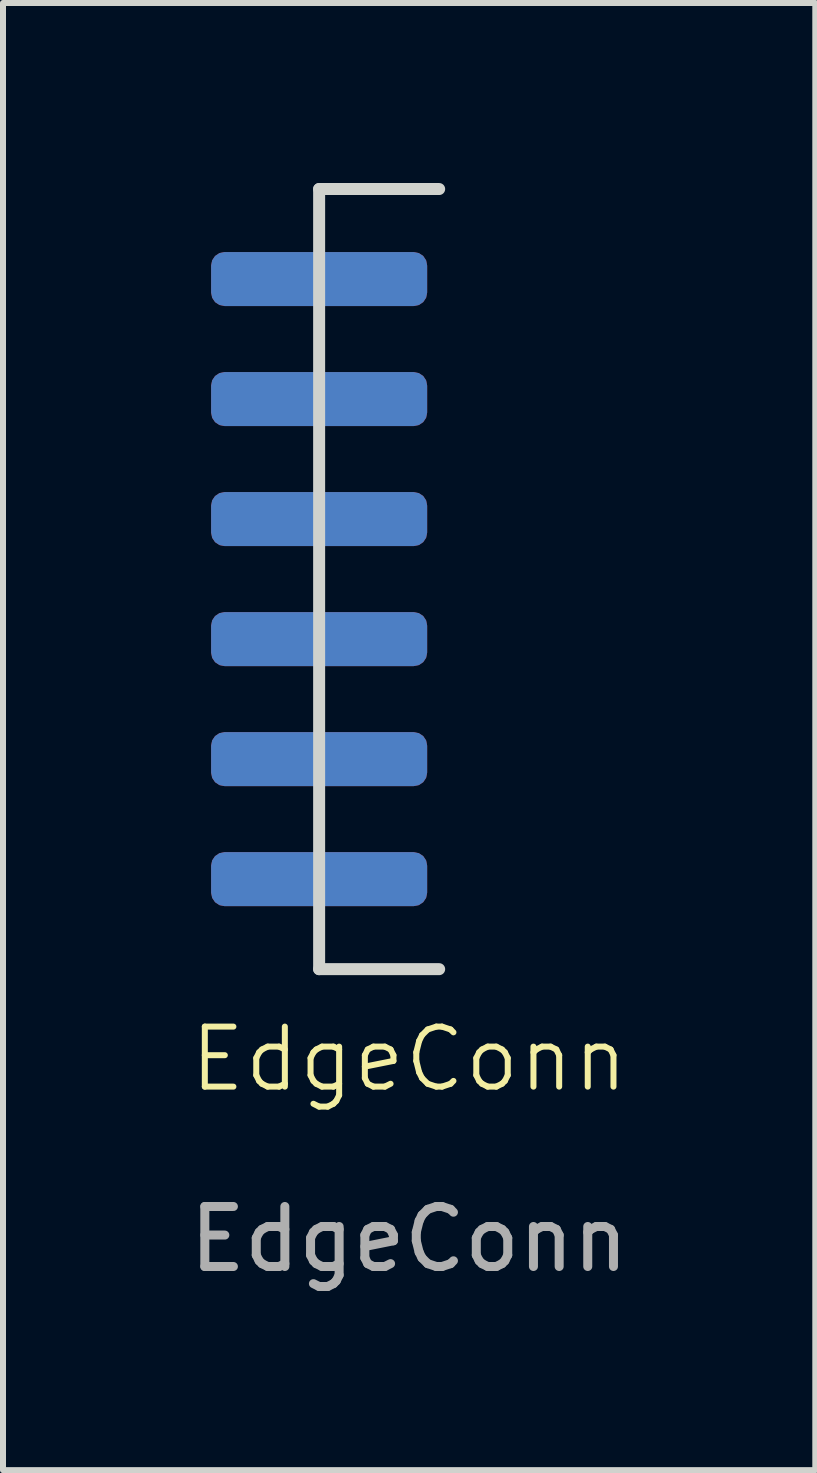
<source format=kicad_pcb>
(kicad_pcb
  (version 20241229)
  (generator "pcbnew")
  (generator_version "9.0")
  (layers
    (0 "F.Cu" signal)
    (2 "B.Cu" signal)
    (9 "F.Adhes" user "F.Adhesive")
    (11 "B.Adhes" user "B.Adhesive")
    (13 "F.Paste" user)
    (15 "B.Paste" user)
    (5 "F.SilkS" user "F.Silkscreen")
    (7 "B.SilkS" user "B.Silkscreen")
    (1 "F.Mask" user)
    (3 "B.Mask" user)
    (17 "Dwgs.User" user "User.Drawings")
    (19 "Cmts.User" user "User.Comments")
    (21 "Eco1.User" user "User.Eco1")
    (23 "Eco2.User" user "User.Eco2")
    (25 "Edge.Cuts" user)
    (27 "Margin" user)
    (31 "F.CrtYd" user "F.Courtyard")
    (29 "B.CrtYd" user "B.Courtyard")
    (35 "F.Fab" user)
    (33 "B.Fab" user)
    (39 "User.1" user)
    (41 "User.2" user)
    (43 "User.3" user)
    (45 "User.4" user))
  (footprint "EdgeConn"
    (layer "F.Cu")
    (at 3.768 15.1)
    (property "Reference" "EdgeConn" (at 0 -0.5 0) (unlocked yes) (layer "F.SilkS") (effects (font (size 1 1) (thickness 0.1))))
    (attr smd)
    (fp_line (start -1.5 -15) (end -1.5 -2) (stroke (width 0.2) (type solid)) (layer "Edge.Cuts"))
    (fp_line (start -1.5 -15) (end 0.5 -15) (stroke (width 0.2) (type solid)) (layer "Edge.Cuts"))
    (fp_line (start -1.5 -2) (end 0.5 -2) (stroke (width 0.2) (type solid)) (layer "Edge.Cuts"))
    (fp_text user "${REFERENCE}" (at 0 2.5 0) (unlocked yes) (layer "F.Fab") (effects (font (size 1 1) (thickness 0.15))))
    (pad "1" smd roundrect (at -1.5 -13.5) (size 3.6 0.9) (property pad_prop_castellated) (layers "F.Cu" "F.Mask" "F.Paste") (roundrect_rratio 0.25))
    (pad "1" smd roundrect (at -1.5 -13.5) (size 3.6 0.9) (property pad_prop_castellated) (layers "B.Cu" "B.Mask" "B.Paste") (roundrect_rratio 0.25))
    (pad "2" smd roundrect (at -1.5 -11.5) (size 3.6 0.9) (property pad_prop_castellated) (layers "F.Cu" "F.Mask" "F.Paste") (roundrect_rratio 0.25))
    (pad "2" smd roundrect (at -1.5 -11.5) (size 3.6 0.9) (property pad_prop_castellated) (layers "B.Cu" "B.Mask" "B.Paste") (roundrect_rratio 0.25))
    (pad "3" smd roundrect (at -1.5 -9.5) (size 3.6 0.9) (property pad_prop_castellated) (layers "F.Cu" "F.Mask" "F.Paste") (roundrect_rratio 0.25))
    (pad "3" smd roundrect (at -1.5 -9.5) (size 3.6 0.9) (property pad_prop_castellated) (layers "B.Cu" "B.Mask" "B.Paste") (roundrect_rratio 0.25))
    (pad "4" smd roundrect (at -1.5 -7.5) (size 3.6 0.9) (property pad_prop_castellated) (layers "F.Cu" "F.Mask" "F.Paste") (roundrect_rratio 0.25))
    (pad "4" smd roundrect (at -1.5 -7.5) (size 3.6 0.9) (property pad_prop_castellated) (layers "B.Cu" "B.Mask" "B.Paste") (roundrect_rratio 0.25))
    (pad "5" smd roundrect (at -1.5 -5.5) (size 3.6 0.9) (property pad_prop_castellated) (layers "F.Cu" "F.Mask" "F.Paste") (roundrect_rratio 0.25))
    (pad "5" smd roundrect (at -1.5 -5.5) (size 3.6 0.9) (property pad_prop_castellated) (layers "B.Cu" "B.Mask" "B.Paste") (roundrect_rratio 0.25))
    (pad "6" smd roundrect (at -1.5 -3.5) (size 3.6 0.9) (property pad_prop_castellated) (layers "F.Cu" "F.Mask" "F.Paste") (roundrect_rratio 0.25))
    (pad "6" smd roundrect (at -1.5 -3.5) (size 3.6 0.9) (property pad_prop_castellated) (layers "B.Cu" "B.Mask" "B.Paste") (roundrect_rratio 0.25)))
  (gr_rect
    (start -3 -3)
    (end 10.536 21.448)
    (stroke (width 0.1) (type default))
    (fill no)
    (layer "Edge.Cuts")))
</source>
